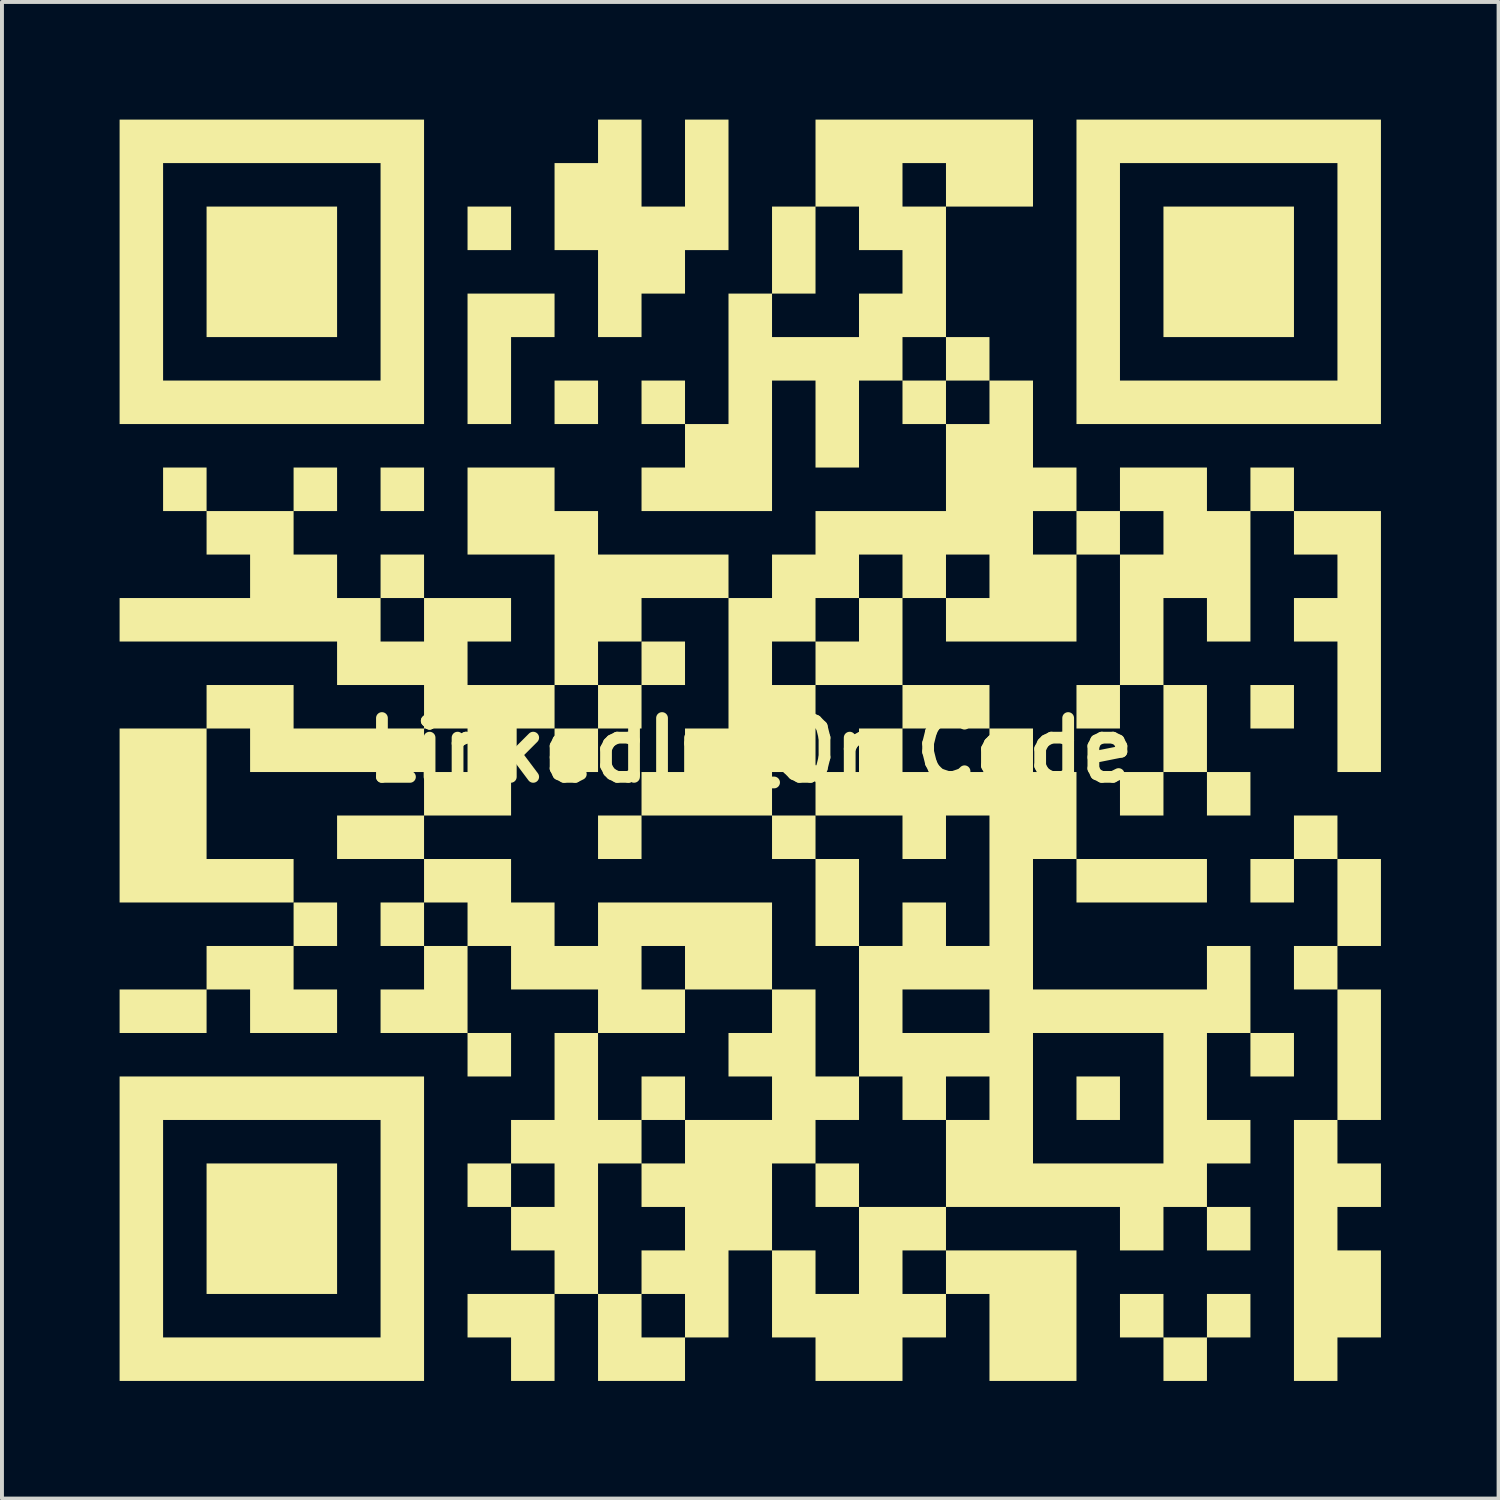
<source format=kicad_pcb>
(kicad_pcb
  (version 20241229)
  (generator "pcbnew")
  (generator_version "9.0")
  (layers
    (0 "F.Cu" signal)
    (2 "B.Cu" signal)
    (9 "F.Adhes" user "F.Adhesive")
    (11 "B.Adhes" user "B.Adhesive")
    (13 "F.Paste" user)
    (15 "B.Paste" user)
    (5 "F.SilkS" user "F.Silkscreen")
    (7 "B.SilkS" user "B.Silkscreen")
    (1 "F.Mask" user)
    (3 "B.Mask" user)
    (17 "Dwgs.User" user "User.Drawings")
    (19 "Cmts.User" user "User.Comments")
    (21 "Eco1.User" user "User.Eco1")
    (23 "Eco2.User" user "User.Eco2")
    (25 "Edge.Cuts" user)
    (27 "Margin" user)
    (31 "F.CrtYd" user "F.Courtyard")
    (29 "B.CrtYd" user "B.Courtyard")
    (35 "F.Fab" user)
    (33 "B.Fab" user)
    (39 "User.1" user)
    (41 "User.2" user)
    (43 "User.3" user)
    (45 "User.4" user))
  (footprint "LinkedIn_Qr_Code"
    (layer "F.Cu")
    (at 16.083 16.083)
    (property "Reference" "LinkedIn_Qr_Code" (at 0 0 0) (layer "F.SilkS") (effects (font (size 1.5 1.5) (thickness 0.3))))
    (attr board_only exclude_from_pos_files exclude_from_bom)
    (fp_poly (pts (xy -10.537 -12.201) (xy -10.537 -10.537) (xy -12.201 -10.537) (xy -13.865 -10.537) (xy -13.865 -12.201) (xy -13.865 -13.865) (xy -12.201 -13.865) (xy -10.537 -13.865)) (stroke (width 0) (type solid)) (fill yes) (layer "F.SilkS"))
    (fp_poly (pts (xy -10.537 12.201) (xy -10.537 13.865) (xy -12.201 13.865) (xy -13.865 13.865) (xy -13.865 12.201) (xy -13.865 10.537) (xy -12.201 10.537) (xy -10.537 10.537)) (stroke (width 0) (type solid)) (fill yes) (layer "F.SilkS"))
    (fp_poly (pts (xy -8.319 -6.655) (xy -8.319 -6.1) (xy -8.873 -6.1) (xy -9.428 -6.1) (xy -9.428 -6.655) (xy -9.428 -7.21) (xy -8.873 -7.21) (xy -8.319 -7.21)) (stroke (width 0) (type solid)) (fill yes) (layer "F.SilkS"))
    (fp_poly (pts (xy -6.1 -13.31) (xy -6.1 -12.755) (xy -6.655 -12.755) (xy -7.21 -12.755) (xy -7.21 -13.31) (xy -7.21 -13.865) (xy -6.655 -13.865) (xy -6.1 -13.865)) (stroke (width 0) (type solid)) (fill yes) (layer "F.SilkS"))
    (fp_poly (pts (xy -6.1 7.764) (xy -6.1 8.319) (xy -6.655 8.319) (xy -7.21 8.319) (xy -7.21 7.764) (xy -7.21 7.21) (xy -6.655 7.21) (xy -6.1 7.21)) (stroke (width 0) (type solid)) (fill yes) (layer "F.SilkS"))
    (fp_poly (pts (xy -3.882 -8.873) (xy -3.882 -8.319) (xy -4.437 -8.319) (xy -4.991 -8.319) (xy -4.991 -8.873) (xy -4.991 -9.428) (xy -4.437 -9.428) (xy -3.882 -9.428)) (stroke (width 0) (type solid)) (fill yes) (layer "F.SilkS"))
    (fp_poly (pts (xy -2.773 2.218) (xy -2.773 2.773) (xy -3.328 2.773) (xy -3.882 2.773) (xy -3.882 2.218) (xy -3.882 1.664) (xy -3.328 1.664) (xy -2.773 1.664)) (stroke (width 0) (type solid)) (fill yes) (layer "F.SilkS"))
    (fp_poly (pts (xy -1.664 8.873) (xy -1.664 9.428) (xy -2.218 9.428) (xy -2.773 9.428) (xy -2.773 8.873) (xy -2.773 8.319) (xy -2.218 8.319) (xy -1.664 8.319)) (stroke (width 0) (type solid)) (fill yes) (layer "F.SilkS"))
    (fp_poly (pts (xy 1.664 2.218) (xy 1.664 2.773) (xy 1.109 2.773) (xy 0.555 2.773) (xy 0.555 2.218) (xy 0.555 1.664) (xy 1.109 1.664) (xy 1.664 1.664)) (stroke (width 0) (type solid)) (fill yes) (layer "F.SilkS"))
    (fp_poly (pts (xy 2.773 3.882) (xy 2.773 4.991) (xy 2.218 4.991) (xy 1.664 4.991) (xy 1.664 3.882) (xy 1.664 2.773) (xy 2.218 2.773) (xy 2.773 2.773)) (stroke (width 0) (type solid)) (fill yes) (layer "F.SilkS"))
    (fp_poly (pts (xy 2.773 11.092) (xy 2.773 11.646) (xy 2.218 11.646) (xy 1.664 11.646) (xy 1.664 11.092) (xy 1.664 10.537) (xy 2.218 10.537) (xy 2.773 10.537)) (stroke (width 0) (type solid)) (fill yes) (layer "F.SilkS"))
    (fp_poly (pts (xy 9.428 8.873) (xy 9.428 9.428) (xy 8.873 9.428) (xy 8.319 9.428) (xy 8.319 8.873) (xy 8.319 8.319) (xy 8.873 8.319) (xy 9.428 8.319)) (stroke (width 0) (type solid)) (fill yes) (layer "F.SilkS"))
    (fp_poly (pts (xy 11.646 3.328) (xy 11.646 3.882) (xy 9.983 3.882) (xy 8.319 3.882) (xy 8.319 3.328) (xy 8.319 2.773) (xy 9.983 2.773) (xy 11.646 2.773)) (stroke (width 0) (type solid)) (fill yes) (layer "F.SilkS"))
    (fp_poly (pts (xy 12.755 1.109) (xy 12.755 1.664) (xy 12.201 1.664) (xy 11.646 1.664) (xy 11.646 1.109) (xy 11.646 0.555) (xy 12.201 0.555) (xy 12.755 0.555)) (stroke (width 0) (type solid)) (fill yes) (layer "F.SilkS"))
    (fp_poly (pts (xy 12.755 12.201) (xy 12.755 12.755) (xy 12.201 12.755) (xy 11.646 12.755) (xy 11.646 12.201) (xy 11.646 11.646) (xy 12.201 11.646) (xy 12.755 11.646)) (stroke (width 0) (type solid)) (fill yes) (layer "F.SilkS"))
    (fp_poly (pts (xy 13.865 -12.201) (xy 13.865 -10.537) (xy 12.201 -10.537) (xy 10.537 -10.537) (xy 10.537 -12.201) (xy 10.537 -13.865) (xy 12.201 -13.865) (xy 13.865 -13.865)) (stroke (width 0) (type solid)) (fill yes) (layer "F.SilkS"))
    (fp_poly (pts (xy 13.865 -1.109) (xy 13.865 -0.555) (xy 13.31 -0.555) (xy 12.755 -0.555) (xy 12.755 -1.109) (xy 12.755 -1.664) (xy 13.31 -1.664) (xy 13.865 -1.664)) (stroke (width 0) (type solid)) (fill yes) (layer "F.SilkS"))
    (fp_poly (pts (xy 13.865 7.764) (xy 13.865 8.319) (xy 13.31 8.319) (xy 12.755 8.319) (xy 12.755 7.764) (xy 12.755 7.21) (xy 13.31 7.21) (xy 13.865 7.21)) (stroke (width 0) (type solid)) (fill yes) (layer "F.SilkS"))
    (fp_poly (pts (xy -4.991 -11.092) (xy -4.991 -10.537) (xy -5.546 -10.537) (xy -6.1 -10.537) (xy -6.1 -9.428) (xy -6.1 -8.319) (xy -6.655 -8.319) (xy -7.21 -8.319) (xy -7.21 -9.983) (xy -7.21 -11.646) (xy -6.1 -11.646) (xy -4.991 -11.646)) (stroke (width 0) (type solid)) (fill yes) (layer "F.SilkS"))
    (fp_poly (pts (xy 11.646 -0.555) (xy 11.646 0.555) (xy 11.092 0.555) (xy 10.537 0.555) (xy 10.537 1.109) (xy 10.537 1.664) (xy 9.983 1.664) (xy 9.428 1.664) (xy 9.428 1.109) (xy 9.428 0.555) (xy 9.983 0.555) (xy 10.537 0.555) (xy 10.537 -0.555) (xy 10.537 -1.664) (xy 11.092 -1.664) (xy 11.646 -1.664)) (stroke (width 0) (type solid)) (fill yes) (layer "F.SilkS"))
    (fp_poly (pts (xy 14.974 2.218) (xy 14.974 2.773) (xy 14.419 2.773) (xy 13.865 2.773) (xy 13.865 3.328) (xy 13.865 3.882) (xy 13.31 3.882) (xy 12.755 3.882) (xy 12.755 3.328) (xy 12.755 2.773) (xy 13.31 2.773) (xy 13.865 2.773) (xy 13.865 2.218) (xy 13.865 1.664) (xy 14.419 1.664) (xy 14.974 1.664)) (stroke (width 0) (type solid)) (fill yes) (layer "F.SilkS"))
    (fp_poly (pts (xy 16.083 3.882) (xy 16.083 4.991) (xy 15.528 4.991) (xy 14.974 4.991) (xy 14.974 5.546) (xy 14.974 6.1) (xy 14.419 6.1) (xy 13.865 6.1) (xy 13.865 5.546) (xy 13.865 4.991) (xy 14.419 4.991) (xy 14.974 4.991) (xy 14.974 3.882) (xy 14.974 2.773) (xy 15.528 2.773) (xy 16.083 2.773)) (stroke (width 0) (type solid)) (fill yes) (layer "F.SilkS"))
    (fp_poly (pts (xy -8.319 -12.201) (xy -8.319 -8.319) (xy -12.201 -8.319) (xy -16.083 -8.319) (xy -16.083 -12.201) (xy -14.974 -12.201) (xy -14.974 -9.428) (xy -12.201 -9.428) (xy -9.428 -9.428) (xy -9.428 -12.201) (xy -9.428 -14.974) (xy -12.201 -14.974) (xy -14.974 -14.974) (xy -14.974 -12.201) (xy -16.083 -12.201) (xy -16.083 -16.083) (xy -12.201 -16.083) (xy -8.319 -16.083)) (stroke (width 0) (type solid)) (fill yes) (layer "F.SilkS"))
    (fp_poly (pts (xy -8.319 12.201) (xy -8.319 16.083) (xy -12.201 16.083) (xy -16.083 16.083) (xy -16.083 12.201) (xy -14.974 12.201) (xy -14.974 14.974) (xy -12.201 14.974) (xy -9.428 14.974) (xy -9.428 12.201) (xy -9.428 9.428) (xy -12.201 9.428) (xy -14.974 9.428) (xy -14.974 12.201) (xy -16.083 12.201) (xy -16.083 8.319) (xy -12.201 8.319) (xy -8.319 8.319)) (stroke (width 0) (type solid)) (fill yes) (layer "F.SilkS"))
    (fp_poly (pts (xy 16.083 -12.201) (xy 16.083 -8.319) (xy 12.201 -8.319) (xy 8.319 -8.319) (xy 8.319 -12.201) (xy 9.428 -12.201) (xy 9.428 -9.428) (xy 12.201 -9.428) (xy 14.974 -9.428) (xy 14.974 -12.201) (xy 14.974 -14.974) (xy 12.201 -14.974) (xy 9.428 -14.974) (xy 9.428 -12.201) (xy 8.319 -12.201) (xy 8.319 -16.083) (xy 12.201 -16.083) (xy 16.083 -16.083)) (stroke (width 0) (type solid)) (fill yes) (layer "F.SilkS"))
    (fp_poly (pts (xy 16.083 -2.773) (xy 16.083 0.555) (xy 15.528 0.555) (xy 14.974 0.555) (xy 14.974 -1.109) (xy 14.974 -2.773) (xy 14.419 -2.773) (xy 13.865 -2.773) (xy 13.865 -3.328) (xy 13.865 -3.882) (xy 14.419 -3.882) (xy 14.974 -3.882) (xy 14.974 -4.437) (xy 14.974 -4.991) (xy 14.419 -4.991) (xy 13.865 -4.991) (xy 13.865 -5.546) (xy 13.865 -6.1) (xy 14.974 -6.1) (xy 16.083 -6.1)) (stroke (width 0) (type solid)) (fill yes) (layer "F.SilkS"))
    (fp_poly (pts (xy -1.664 -2.218) (xy -1.664 -1.664) (xy -2.218 -1.664) (xy -2.773 -1.664) (xy -2.773 -1.109) (xy -2.773 -0.555) (xy -3.328 -0.555) (xy -3.882 -0.555) (xy -3.882 0) (xy -3.882 0.555) (xy -4.437 0.555) (xy -4.991 0.555) (xy -4.991 0) (xy -4.991 -0.555) (xy -4.437 -0.555) (xy -3.882 -0.555) (xy -3.882 -1.109) (xy -3.882 -1.664) (xy -3.328 -1.664) (xy -2.773 -1.664) (xy -2.773 -2.218) (xy -2.773 -2.773) (xy -2.218 -2.773) (xy -1.664 -2.773)) (stroke (width 0) (type solid)) (fill yes) (layer "F.SilkS"))
    (fp_poly (pts (xy 10.537 14.419) (xy 10.537 14.974) (xy 11.092 14.974) (xy 11.646 14.974) (xy 11.646 14.419) (xy 11.646 13.865) (xy 12.201 13.865) (xy 12.755 13.865) (xy 12.755 14.419) (xy 12.755 14.974) (xy 12.201 14.974) (xy 11.646 14.974) (xy 11.646 15.528) (xy 11.646 16.083) (xy 11.092 16.083) (xy 10.537 16.083) (xy 10.537 15.528) (xy 10.537 14.974) (xy 9.983 14.974) (xy 9.428 14.974) (xy 9.428 14.419) (xy 9.428 13.865) (xy 9.983 13.865) (xy 10.537 13.865)) (stroke (width 0) (type solid)) (fill yes) (layer "F.SilkS"))
    (fp_poly (pts (xy -10.537 4.437) (xy -10.537 4.991) (xy -11.092 4.991) (xy -11.646 4.991) (xy -11.646 5.546) (xy -11.646 6.1) (xy -11.092 6.1) (xy -10.537 6.1) (xy -10.537 6.655) (xy -10.537 7.21) (xy -11.646 7.21) (xy -12.755 7.21) (xy -12.755 6.655) (xy -12.755 6.1) (xy -13.31 6.1) (xy -13.865 6.1) (xy -13.865 6.655) (xy -13.865 7.21) (xy -14.974 7.21) (xy -16.083 7.21) (xy -16.083 6.655) (xy -16.083 6.1) (xy -14.974 6.1) (xy -13.865 6.1) (xy -13.865 5.546) (xy -13.865 4.991) (xy -12.755 4.991) (xy -11.646 4.991) (xy -11.646 4.437) (xy -11.646 3.882) (xy -11.092 3.882) (xy -10.537 3.882)) (stroke (width 0) (type solid)) (fill yes) (layer "F.SilkS"))
    (fp_poly (pts (xy -2.773 -14.974) (xy -2.773 -13.865) (xy -2.218 -13.865) (xy -1.664 -13.865) (xy -1.664 -14.974) (xy -1.664 -16.083) (xy -1.109 -16.083) (xy -0.555 -16.083) (xy -0.555 -14.419) (xy -0.555 -12.755) (xy -1.109 -12.755) (xy -1.664 -12.755) (xy -1.664 -12.201) (xy -1.664 -11.646) (xy -2.218 -11.646) (xy -2.773 -11.646) (xy -2.773 -11.092) (xy -2.773 -10.537) (xy -3.328 -10.537) (xy -3.882 -10.537) (xy -3.882 -11.646) (xy -3.882 -12.755) (xy -4.437 -12.755) (xy -4.991 -12.755) (xy -4.991 -13.865) (xy -4.991 -14.974) (xy -4.437 -14.974) (xy -3.882 -14.974) (xy -3.882 -15.528) (xy -3.882 -16.083) (xy -3.328 -16.083) (xy -2.773 -16.083)) (stroke (width 0) (type solid)) (fill yes) (layer "F.SilkS"))
    (fp_poly (pts (xy 16.083 7.764) (xy 16.083 9.428) (xy 15.528 9.428) (xy 14.974 9.428) (xy 14.974 9.983) (xy 14.974 10.537) (xy 15.528 10.537) (xy 16.083 10.537) (xy 16.083 11.092) (xy 16.083 11.646) (xy 15.528 11.646) (xy 14.974 11.646) (xy 14.974 12.201) (xy 14.974 12.755) (xy 15.528 12.755) (xy 16.083 12.755) (xy 16.083 13.865) (xy 16.083 14.974) (xy 15.528 14.974) (xy 14.974 14.974) (xy 14.974 15.528) (xy 14.974 16.083) (xy 14.419 16.083) (xy 13.865 16.083) (xy 13.865 12.755) (xy 13.865 9.428) (xy 14.419 9.428) (xy 14.974 9.428) (xy 14.974 7.764) (xy 14.974 6.1) (xy 15.528 6.1) (xy 16.083 6.1)) (stroke (width 0) (type solid)) (fill yes) (layer "F.SilkS"))
    (fp_poly (pts (xy 6.1 -1.109) (xy 6.1 -0.555) (xy 4.991 -0.555) (xy 3.882 -0.555) (xy 3.882 0) (xy 3.882 0.555) (xy 4.991 0.555) (xy 6.1 0.555) (xy 6.1 0) (xy 6.1 -0.555) (xy 6.655 -0.555) (xy 7.21 -0.555) (xy 7.21 0) (xy 7.21 0.555) (xy 7.764 0.555) (xy 8.319 0.555) (xy 8.319 1.664) (xy 8.319 2.773) (xy 7.764 2.773) (xy 7.21 2.773) (xy 7.21 4.437) (xy 7.21 6.1) (xy 9.428 6.1) (xy 11.646 6.1) (xy 11.646 5.546) (xy 11.646 4.991) (xy 12.201 4.991) (xy 12.755 4.991) (xy 12.755 6.1) (xy 12.755 7.21) (xy 12.201 7.21) (xy 11.646 7.21) (xy 11.646 8.319) (xy 11.646 9.428) (xy 12.201 9.428) (xy 12.755 9.428) (xy 12.755 9.983) (xy 12.755 10.537) (xy 12.201 10.537) (xy 11.646 10.537) (xy 11.646 11.092) (xy 11.646 11.646) (xy 11.092 11.646) (xy 10.537 11.646) (xy 10.537 12.201) (xy 10.537 12.755) (xy 9.983 12.755) (xy 9.428 12.755) (xy 9.428 12.201) (xy 9.428 11.646) (xy 7.21 11.646) (xy 4.991 11.646) (xy 4.991 12.201) (xy 4.991 12.755) (xy 4.437 12.755) (xy 3.882 12.755) (xy 3.882 13.31) (xy 3.882 13.865) (xy 4.437 13.865) (xy 4.991 13.865) (xy 4.991 13.31) (xy 4.991 12.755) (xy 6.655 12.755) (xy 8.319 12.755) (xy 8.319 14.419) (xy 8.319 16.083) (xy 7.21 16.083) (xy 6.1 16.083) (xy 6.1 14.974) (xy 6.1 13.865) (xy 5.546 13.865) (xy 4.991 13.865) (xy 4.991 14.419) (xy 4.991 14.974) (xy 4.437 14.974) (xy 3.882 14.974) (xy 3.882 15.528) (xy 3.882 16.083) (xy 2.773 16.083) (xy 1.664 16.083) (xy 1.664 15.528) (xy 1.664 14.974) (xy 1.109 14.974) (xy 0.555 14.974) (xy 0.555 13.865) (xy 0.555 12.755) (xy 1.109 12.755) (xy 1.664 12.755) (xy 1.664 13.31) (xy 1.664 13.865) (xy 2.218 13.865) (xy 2.773 13.865) (xy 2.773 12.755) (xy 2.773 11.646) (xy 3.882 11.646) (xy 4.991 11.646) (xy 4.991 10.537) (xy 4.991 9.428) (xy 5.546 9.428) (xy 6.1 9.428) (xy 6.1 8.873) (xy 7.21 8.873) (xy 7.21 10.537) (xy 8.873 10.537) (xy 10.537 10.537) (xy 10.537 8.873) (xy 10.537 7.21) (xy 8.873 7.21) (xy 7.21 7.21) (xy 7.21 8.873) (xy 6.1 8.873) (xy 6.1 8.319) (xy 5.546 8.319) (xy 4.991 8.319) (xy 4.991 8.873) (xy 4.991 9.428) (xy 4.437 9.428) (xy 3.882 9.428) (xy 3.882 8.873) (xy 3.882 8.319) (xy 3.328 8.319) (xy 2.773 8.319) (xy 2.773 8.873) (xy 2.773 9.428) (xy 2.218 9.428) (xy 1.664 9.428) (xy 1.664 9.983) (xy 1.664 10.537) (xy 1.109 10.537) (xy 0.555 10.537) (xy 0.555 11.646) (xy 0.555 12.755) (xy 0 12.755) (xy -0.555 12.755) (xy -0.555 13.865) (xy -0.555 14.974) (xy -1.109 14.974) (xy -1.664 14.974) (xy -1.664 15.528) (xy -1.664 16.083) (xy -2.773 16.083) (xy -3.882 16.083) (xy -3.882 14.974) (xy -3.882 14.419) (xy -2.773 14.419) (xy -2.773 14.974) (xy -2.218 14.974) (xy -1.664 14.974) (xy -1.664 14.419) (xy -1.664 13.865) (xy -2.218 13.865) (xy -2.773 13.865) (xy -2.773 14.419) (xy -3.882 14.419) (xy -3.882 13.865) (xy -4.437 13.865) (xy -4.991 13.865) (xy -4.991 14.974) (xy -4.991 16.083) (xy -5.546 16.083) (xy -6.1 16.083) (xy -6.1 15.528) (xy -6.1 14.974) (xy -6.655 14.974) (xy -7.21 14.974) (xy -7.21 14.419) (xy -7.21 13.865) (xy -6.1 13.865) (xy -4.991 13.865) (xy -4.991 13.31) (xy -4.991 12.755) (xy -5.546 12.755) (xy -6.1 12.755) (xy -6.1 12.201) (xy -6.1 11.646) (xy -6.655 11.646) (xy -7.21 11.646) (xy -7.21 11.092) (xy -6.1 11.092) (xy -6.1 11.646) (xy -5.546 11.646) (xy -4.991 11.646) (xy -4.991 11.092) (xy -4.991 10.537) (xy -5.546 10.537) (xy -6.1 10.537) (xy -6.1 11.092) (xy -7.21 11.092) (xy -7.21 10.537) (xy -6.655 10.537) (xy -6.1 10.537) (xy -6.1 9.983) (xy -6.1 9.428) (xy -5.546 9.428) (xy -4.991 9.428) (xy -4.991 8.319) (xy -4.991 7.21) (xy -4.437 7.21) (xy -3.882 7.21) (xy -3.882 6.655) (xy -3.882 6.1) (xy -4.991 6.1) (xy -6.1 6.1) (xy -6.1 5.546) (xy -6.1 4.991) (xy -6.655 4.991) (xy -7.21 4.991) (xy -7.21 6.1) (xy -7.21 7.21) (xy -8.319 7.21) (xy -9.428 7.21) (xy -9.428 6.655) (xy -9.428 6.1) (xy -8.873 6.1) (xy -8.319 6.1) (xy -8.319 5.546) (xy -8.319 4.991) (xy -8.873 4.991) (xy -9.428 4.991) (xy -9.428 4.437) (xy -8.319 4.437) (xy -8.319 4.991) (xy -7.764 4.991) (xy -7.21 4.991) (xy -7.21 4.437) (xy -7.21 3.882) (xy -7.764 3.882) (xy -8.319 3.882) (xy -8.319 4.437) (xy -9.428 4.437) (xy -9.428 3.882) (xy -8.873 3.882) (xy -8.319 3.882) (xy -8.319 3.328) (xy -8.319 2.773) (xy -7.21 2.773) (xy -6.1 2.773) (xy -6.1 3.328) (xy -6.1 3.882) (xy -5.546 3.882) (xy -4.991 3.882) (xy -4.991 4.437) (xy -4.991 4.991) (xy -4.437 4.991) (xy -3.882 4.991) (xy -3.882 4.437) (xy -3.882 3.882) (xy -1.664 3.882) (xy 0.555 3.882) (xy 0.555 4.991) (xy 0.555 6.1) (xy -0.555 6.1) (xy -1.664 6.1) (xy -1.664 5.546) (xy -1.664 4.991) (xy -2.218 4.991) (xy -2.773 4.991) (xy -2.773 5.546) (xy -2.773 6.1) (xy -2.218 6.1) (xy -1.664 6.1) (xy -1.664 6.655) (xy -1.664 7.21) (xy -2.773 7.21) (xy -3.882 7.21) (xy -3.882 8.319) (xy -3.882 9.428) (xy -3.328 9.428) (xy -2.773 9.428) (xy -2.773 9.983) (xy -2.773 10.537) (xy -3.328 10.537) (xy -3.882 10.537) (xy -3.882 12.201) (xy -3.882 13.865) (xy -3.328 13.865) (xy -2.773 13.865) (xy -2.773 13.31) (xy -2.773 12.755) (xy -2.218 12.755) (xy -1.664 12.755) (xy -1.664 12.201) (xy -1.664 11.646) (xy -2.218 11.646) (xy -2.773 11.646) (xy -2.773 11.092) (xy -2.773 10.537) (xy -2.218 10.537) (xy -1.664 10.537) (xy -1.664 9.983) (xy -1.664 9.428) (xy -0.555 9.428) (xy 0.555 9.428) (xy 0.555 8.873) (xy 0.555 8.319) (xy 0 8.319) (xy -0.555 8.319) (xy -0.555 7.764) (xy -0.555 7.21) (xy 0 7.21) (xy 0.555 7.21) (xy 0.555 6.655) (xy 0.555 6.1) (xy 1.109 6.1) (xy 1.664 6.1) (xy 1.664 7.21) (xy 1.664 8.319) (xy 2.218 8.319) (xy 2.773 8.319) (xy 2.773 6.655) (xy 3.882 6.655) (xy 3.882 7.21) (xy 4.991 7.21) (xy 6.1 7.21) (xy 6.1 6.655) (xy 6.1 6.1) (xy 4.991 6.1) (xy 3.882 6.1) (xy 3.882 6.655) (xy 2.773 6.655) (xy 2.773 4.991) (xy 3.328 4.991) (xy 3.882 4.991) (xy 3.882 4.437) (xy 3.882 3.882) (xy 4.437 3.882) (xy 4.991 3.882) (xy 4.991 4.437) (xy 4.991 4.991) (xy 5.546 4.991) (xy 6.1 4.991) (xy 6.1 3.328) (xy 6.1 1.664) (xy 5.546 1.664) (xy 4.991 1.664) (xy 4.991 2.218) (xy 4.991 2.773) (xy 4.437 2.773) (xy 3.882 2.773) (xy 3.882 2.218) (xy 3.882 1.664) (xy 2.773 1.664) (xy 1.664 1.664) (xy 1.664 1.109) (xy 1.664 0.555) (xy 2.218 0.555) (xy 2.773 0.555) (xy 2.773 0) (xy 2.773 -0.555) (xy 3.328 -0.555) (xy 3.882 -0.555) (xy 3.882 -1.109) (xy 3.882 -1.664) (xy 4.991 -1.664) (xy 6.1 -1.664)) (stroke (width 0) (type solid)) (fill yes) (layer "F.SilkS"))
    (fp_poly (pts (xy 7.21 -14.974) (xy 7.21 -13.865) (xy 6.1 -13.865) (xy 4.991 -13.865) (xy 4.991 -12.201) (xy 4.991 -10.537) (xy 4.437 -10.537) (xy 3.882 -10.537) (xy 3.882 -9.983) (xy 3.882 -9.428) (xy 4.437 -9.428) (xy 4.991 -9.428) (xy 4.991 -9.983) (xy 4.991 -10.537) (xy 5.546 -10.537) (xy 6.1 -10.537) (xy 6.1 -9.983) (xy 6.1 -9.428) (xy 5.546 -9.428) (xy 4.991 -9.428) (xy 4.991 -8.873) (xy 4.991 -8.319) (xy 5.546 -8.319) (xy 6.1 -8.319) (xy 6.1 -8.873) (xy 6.1 -9.428) (xy 6.655 -9.428) (xy 7.21 -9.428) (xy 7.21 -8.319) (xy 7.21 -7.21) (xy 7.764 -7.21) (xy 8.319 -7.21) (xy 8.319 -6.655) (xy 8.319 -6.1) (xy 8.873 -6.1) (xy 9.428 -6.1) (xy 9.428 -6.655) (xy 9.428 -7.21) (xy 10.537 -7.21) (xy 11.646 -7.21) (xy 11.646 -6.655) (xy 11.646 -6.1) (xy 12.201 -6.1) (xy 12.755 -6.1) (xy 12.755 -6.655) (xy 12.755 -7.21) (xy 13.31 -7.21) (xy 13.865 -7.21) (xy 13.865 -6.655) (xy 13.865 -6.1) (xy 13.31 -6.1) (xy 12.755 -6.1) (xy 12.755 -4.437) (xy 12.755 -2.773) (xy 12.201 -2.773) (xy 11.646 -2.773) (xy 11.646 -3.328) (xy 11.646 -3.882) (xy 11.092 -3.882) (xy 10.537 -3.882) (xy 10.537 -2.773) (xy 10.537 -1.664) (xy 9.983 -1.664) (xy 9.428 -1.664) (xy 9.428 -1.109) (xy 9.428 -0.555) (xy 8.873 -0.555) (xy 8.319 -0.555) (xy 8.319 -1.109) (xy 8.319 -1.664) (xy 8.873 -1.664) (xy 9.428 -1.664) (xy 9.428 -3.328) (xy 9.428 -4.991) (xy 8.873 -4.991) (xy 8.319 -4.991) (xy 8.319 -3.882) (xy 8.319 -2.773) (xy 6.655 -2.773) (xy 4.991 -2.773) (xy 4.991 -3.328) (xy 4.991 -3.882) (xy 4.437 -3.882) (xy 3.882 -3.882) (xy 3.882 -2.773) (xy 3.882 -1.664) (xy 2.773 -1.664) (xy 1.664 -1.664) (xy 1.664 -0.555) (xy 1.664 0.555) (xy 1.109 0.555) (xy 0.555 0.555) (xy 0.555 1.109) (xy 0.555 1.664) (xy -1.109 1.664) (xy -2.773 1.664) (xy -2.773 1.109) (xy -2.773 0.555) (xy -2.218 0.555) (xy -1.664 0.555) (xy -1.664 0) (xy -1.664 -0.555) (xy -1.109 -0.555) (xy -0.555 -0.555) (xy -0.555 -2.218) (xy -0.555 -2.773) (xy 0.555 -2.773) (xy 0.555 -2.218) (xy 0.555 -1.664) (xy 1.109 -1.664) (xy 1.664 -1.664) (xy 1.664 -2.218) (xy 1.664 -2.773) (xy 2.218 -2.773) (xy 2.773 -2.773) (xy 2.773 -3.328) (xy 2.773 -3.882) (xy 3.328 -3.882) (xy 3.882 -3.882) (xy 3.882 -4.437) (xy 4.991 -4.437) (xy 4.991 -3.882) (xy 5.546 -3.882) (xy 6.1 -3.882) (xy 6.1 -4.437) (xy 6.1 -4.991) (xy 5.546 -4.991) (xy 4.991 -4.991) (xy 4.991 -4.437) (xy 3.882 -4.437) (xy 3.882 -4.991) (xy 3.328 -4.991) (xy 2.773 -4.991) (xy 2.773 -4.437) (xy 2.773 -3.882) (xy 2.218 -3.882) (xy 1.664 -3.882) (xy 1.664 -3.328) (xy 1.664 -2.773) (xy 1.109 -2.773) (xy 0.555 -2.773) (xy -0.555 -2.773) (xy -0.555 -3.882) (xy -1.664 -3.882) (xy -2.773 -3.882) (xy -2.773 -3.328) (xy -2.773 -2.773) (xy -3.328 -2.773) (xy -3.882 -2.773) (xy -3.882 -2.218) (xy -3.882 -1.664) (xy -4.437 -1.664) (xy -4.991 -1.664) (xy -4.991 -1.109) (xy -4.991 -0.555) (xy -5.546 -0.555) (xy -6.1 -0.555) (xy -6.1 0.555) (xy -6.1 1.664) (xy -7.21 1.664) (xy -8.319 1.664) (xy -8.319 2.218) (xy -8.319 2.773) (xy -9.428 2.773) (xy -10.537 2.773) (xy -10.537 2.218) (xy -10.537 1.664) (xy -9.428 1.664) (xy -8.319 1.664) (xy -8.319 1.109) (xy -8.319 0.555) (xy -10.537 0.555) (xy -12.755 0.555) (xy -12.755 0) (xy -8.319 0) (xy -8.319 0.555) (xy -7.764 0.555) (xy -7.21 0.555) (xy -7.21 0) (xy -7.21 -0.555) (xy -7.764 -0.555) (xy -8.319 -0.555) (xy -8.319 0) (xy -12.755 0) (xy -12.755 -0.555) (xy -13.31 -0.555) (xy -13.865 -0.555) (xy -13.865 1.109) (xy -13.865 2.773) (xy -12.755 2.773) (xy -11.646 2.773) (xy -11.646 3.328) (xy -11.646 3.882) (xy -13.865 3.882) (xy -16.083 3.882) (xy -16.083 1.664) (xy -16.083 -0.555) (xy -14.974 -0.555) (xy -13.865 -0.555) (xy -13.865 -1.109) (xy -13.865 -1.664) (xy -12.755 -1.664) (xy -11.646 -1.664) (xy -11.646 -1.109) (xy -11.646 -0.555) (xy -9.983 -0.555) (xy -8.319 -0.555) (xy -8.319 -1.109) (xy -8.319 -1.664) (xy -9.428 -1.664) (xy -10.537 -1.664) (xy -10.537 -2.218) (xy -10.537 -2.773) (xy -13.31 -2.773) (xy -16.083 -2.773) (xy -16.083 -3.328) (xy -16.083 -3.882) (xy -14.419 -3.882) (xy -12.755 -3.882) (xy -12.755 -4.437) (xy -12.755 -4.991) (xy -13.31 -4.991) (xy -13.865 -4.991) (xy -13.865 -5.546) (xy -13.865 -6.1) (xy -14.419 -6.1) (xy -14.974 -6.1) (xy -14.974 -6.655) (xy -14.974 -7.21) (xy -14.419 -7.21) (xy -13.865 -7.21) (xy -13.865 -6.655) (xy -13.865 -6.1) (xy -12.755 -6.1) (xy -11.646 -6.1) (xy -11.646 -6.655) (xy -11.646 -7.21) (xy -11.092 -7.21) (xy -10.537 -7.21) (xy -10.537 -6.655) (xy -10.537 -6.1) (xy -11.092 -6.1) (xy -11.646 -6.1) (xy -11.646 -5.546) (xy -11.646 -4.991) (xy -11.092 -4.991) (xy -10.537 -4.991) (xy -10.537 -4.437) (xy -10.537 -3.882) (xy -9.983 -3.882) (xy -9.428 -3.882) (xy -9.428 -4.437) (xy -9.428 -4.991) (xy -8.873 -4.991) (xy -8.319 -4.991) (xy -8.319 -4.437) (xy -8.319 -3.882) (xy -8.873 -3.882) (xy -9.428 -3.882) (xy -9.428 -3.328) (xy -9.428 -2.773) (xy -8.873 -2.773) (xy -8.319 -2.773) (xy -8.319 -3.328) (xy -8.319 -3.882) (xy -7.21 -3.882) (xy -6.1 -3.882) (xy -6.1 -3.328) (xy -6.1 -2.773) (xy -6.655 -2.773) (xy -7.21 -2.773) (xy -7.21 -2.218) (xy -7.21 -1.664) (xy -6.1 -1.664) (xy -4.991 -1.664) (xy -4.991 -3.328) (xy -4.991 -4.991) (xy -6.1 -4.991) (xy -7.21 -4.991) (xy -7.21 -6.1) (xy -7.21 -7.21) (xy -6.1 -7.21) (xy -4.991 -7.21) (xy -4.991 -6.655) (xy -4.991 -6.1) (xy -4.437 -6.1) (xy -3.882 -6.1) (xy -3.882 -5.546) (xy -3.882 -4.991) (xy -2.218 -4.991) (xy -0.555 -4.991) (xy -0.555 -4.437) (xy -0.555 -3.882) (xy 0 -3.882) (xy 0.555 -3.882) (xy 0.555 -4.437) (xy 0.555 -4.991) (xy 1.109 -4.991) (xy 1.664 -4.991) (xy 1.664 -5.546) (xy 7.21 -5.546) (xy 7.21 -4.991) (xy 7.764 -4.991) (xy 8.319 -4.991) (xy 8.319 -5.546) (xy 9.428 -5.546) (xy 9.428 -4.991) (xy 9.983 -4.991) (xy 10.537 -4.991) (xy 10.537 -5.546) (xy 10.537 -6.1) (xy 9.983 -6.1) (xy 9.428 -6.1) (xy 9.428 -5.546) (xy 8.319 -5.546) (xy 8.319 -6.1) (xy 7.764 -6.1) (xy 7.21 -6.1) (xy 7.21 -5.546) (xy 1.664 -5.546) (xy 1.664 -6.1) (xy 3.328 -6.1) (xy 4.991 -6.1) (xy 4.991 -7.21) (xy 4.991 -8.319) (xy 4.437 -8.319) (xy 3.882 -8.319) (xy 3.882 -8.873) (xy 3.882 -9.428) (xy 3.328 -9.428) (xy 2.773 -9.428) (xy 2.773 -8.319) (xy 2.773 -7.21) (xy 2.218 -7.21) (xy 1.664 -7.21) (xy 1.664 -8.319) (xy 1.664 -9.428) (xy 1.109 -9.428) (xy 0.555 -9.428) (xy 0.555 -7.764) (xy 0.555 -6.1) (xy -1.109 -6.1) (xy -2.773 -6.1) (xy -2.773 -6.655) (xy -2.773 -7.21) (xy -2.218 -7.21) (xy -1.664 -7.21) (xy -1.664 -7.764) (xy -1.664 -8.319) (xy -2.218 -8.319) (xy -2.773 -8.319) (xy -2.773 -8.873) (xy -2.773 -9.428) (xy -2.218 -9.428) (xy -1.664 -9.428) (xy -1.664 -8.873) (xy -1.664 -8.319) (xy -1.109 -8.319) (xy -0.555 -8.319) (xy -0.555 -9.983) (xy -0.555 -11.646) (xy 0 -11.646) (xy 0.555 -11.646) (xy 0.555 -11.092) (xy 0.555 -10.537) (xy 1.664 -10.537) (xy 2.773 -10.537) (xy 2.773 -11.092) (xy 2.773 -11.646) (xy 3.328 -11.646) (xy 3.882 -11.646) (xy 3.882 -12.201) (xy 3.882 -12.755) (xy 3.328 -12.755) (xy 2.773 -12.755) (xy 2.773 -13.31) (xy 2.773 -13.865) (xy 2.218 -13.865) (xy 1.664 -13.865) (xy 1.664 -12.755) (xy 1.664 -11.646) (xy 1.109 -11.646) (xy 0.555 -11.646) (xy 0.555 -12.755) (xy 0.555 -13.865) (xy 1.109 -13.865) (xy 1.664 -13.865) (xy 1.664 -14.419) (xy 3.882 -14.419) (xy 3.882 -13.865) (xy 4.437 -13.865) (xy 4.991 -13.865) (xy 4.991 -14.419) (xy 4.991 -14.974) (xy 4.437 -14.974) (xy 3.882 -14.974) (xy 3.882 -14.419) (xy 1.664 -14.419) (xy 1.664 -14.974) (xy 1.664 -16.083) (xy 4.437 -16.083) (xy 7.21 -16.083)) (stroke (width 0) (type solid)) (fill yes) (layer "F.SilkS")))
  (gr_rect
    (start -3 -3)
    (end 35.166 35.166)
    (stroke (width 0.1) (type default))
    (fill no)
    (layer "Edge.Cuts")))
</source>
